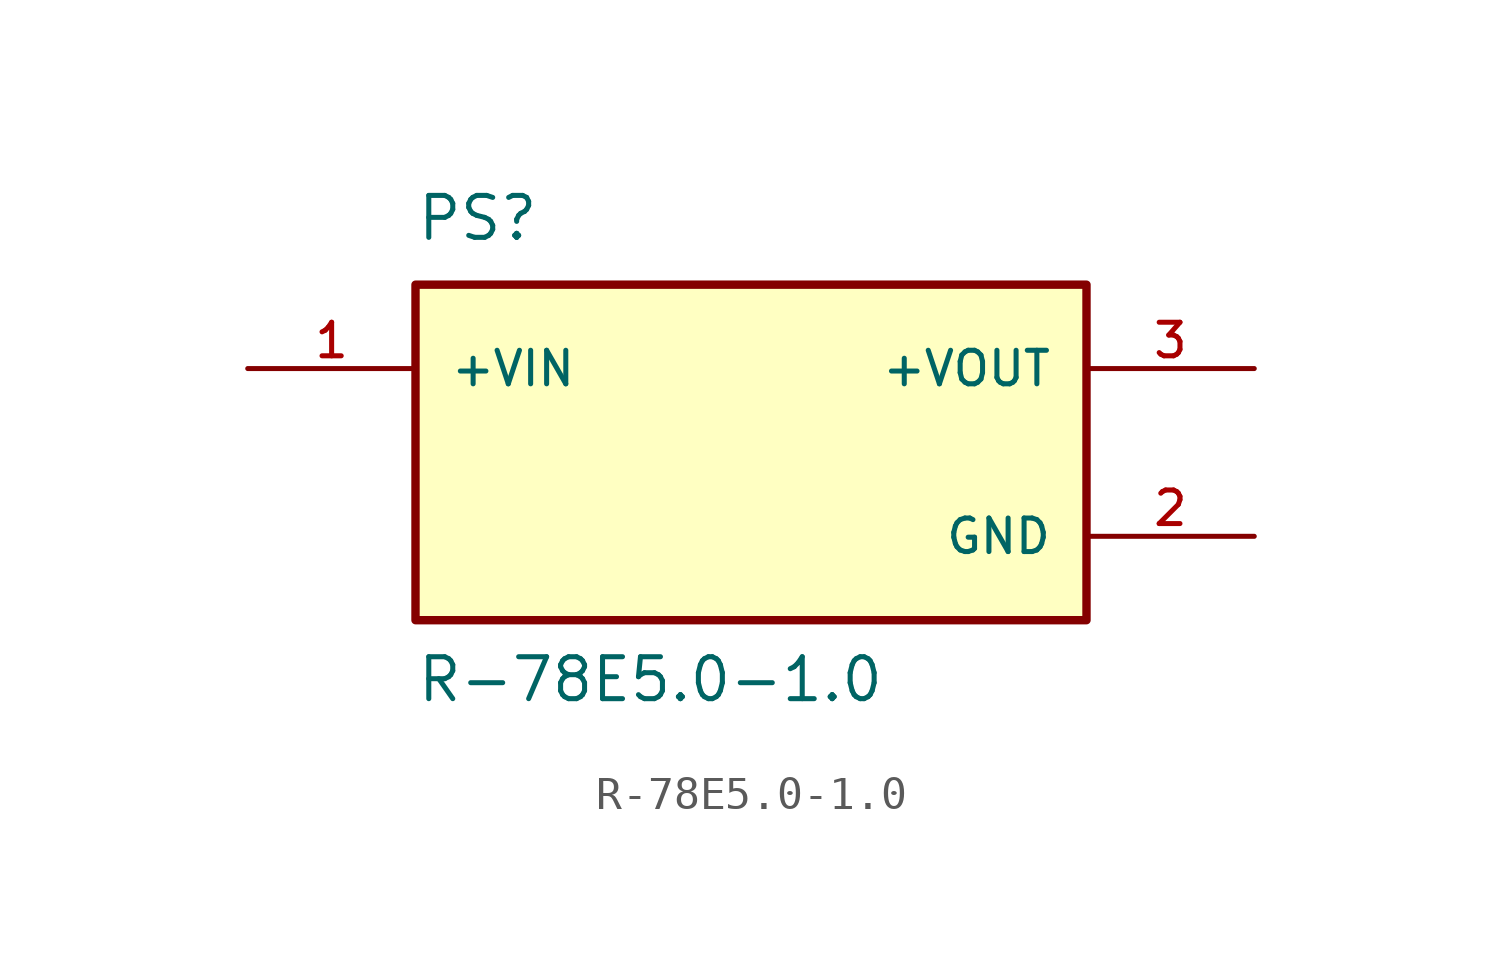
<source format=kicad_sym>
(kicad_symbol_lib
  (version 20201005)
  (generator kicad_symbol_editor)
  (symbol "R-78E5.0-1.0"
    (pin_names
      (offset 1.016))
    (property "Reference" "PS"
      (at -10.16 6.35 0)
      (effects (font (size 1.27 1.27)) (justify left bottom)))
    (property "Value" "R-78E5.0-1.0"
      (at -10.16 -7.62 0)
      (effects (font (size 1.27 1.27)) (justify left bottom)))
    (property "ki_locked" ""
      (at 0 0 0)
      (effects (font (size 1.27 1.27))))
    (symbol "R-78E5.0-1.0_0_0"
      (rectangle (start -10.16 -5.08) (end 10.16 5.08) (stroke (width 0.254)) (fill (type background)))
      (pin input line (at -15.24 2.54 0) (length 5.08) (name "+VIN" (effects (font (size 1.016 1.016)))) (number "1" (effects (font (size 1.016 1.016)))))
      (pin power_in line (at 15.24 -2.54 180) (length 5.08) (name "GND" (effects (font (size 1.016 1.016)))) (number "2" (effects (font (size 1.016 1.016)))))
      (pin output line (at 15.24 2.54 180) (length 5.08) (name "+VOUT" (effects (font (size 1.016 1.016)))) (number "3" (effects (font (size 1.016 1.016))))))))
</source>
